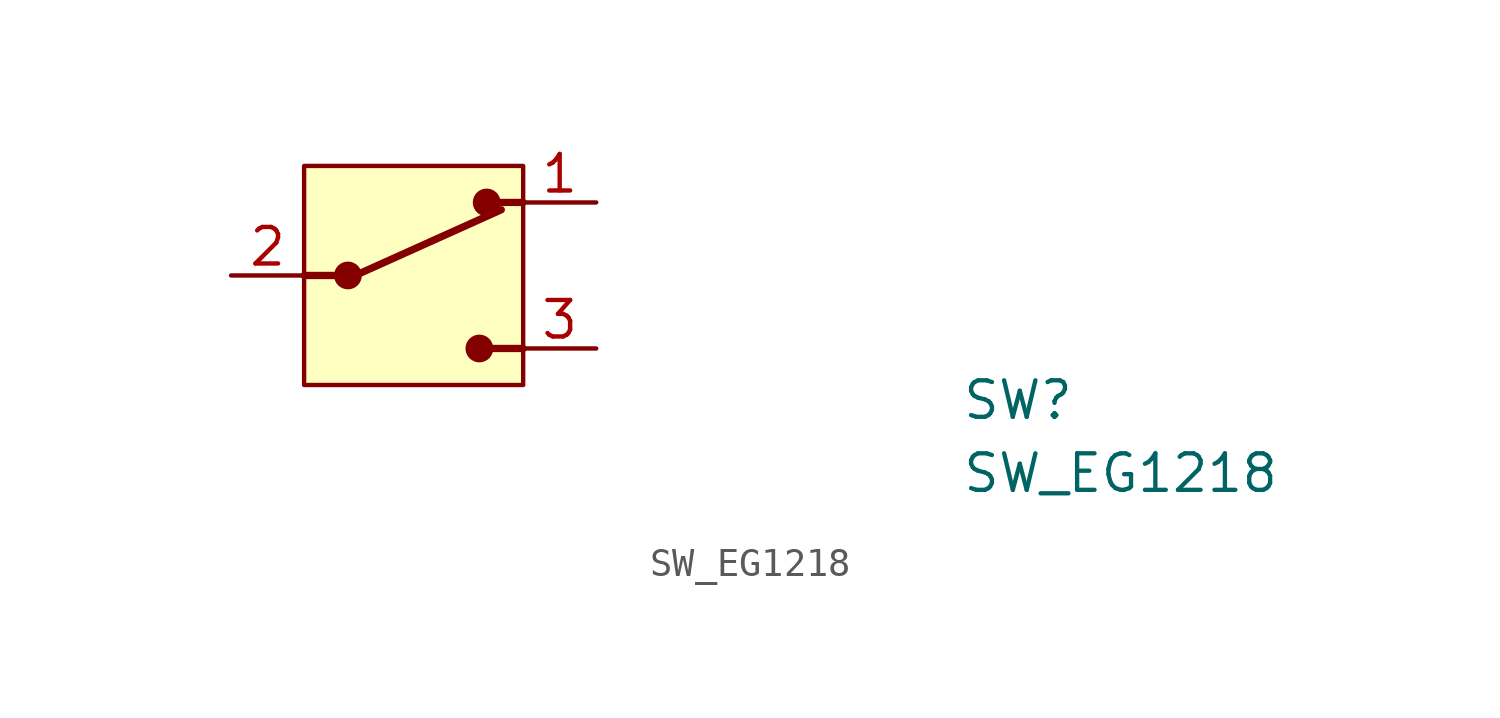
<source format=kicad_sym>
(kicad_symbol_lib
  (version 20211014)
  (generator kicad_symbol_editor)
  (symbol "SW_EG1218"
    (property "Reference" "SW"
      (at 25.4 -5.08 0)
      (effects (font (size 1.27 1.27) (thickness 0.15)) (justify left bottom)))
    (property "Value" "SW_EG1218"
      (at 25.4 -7.62 0)
      (effects (font (size 1.27 1.27) (thickness 0.15)) (justify left bottom)))
    (symbol "SW_EG1218_1_1"
      (polyline (pts (xy 3.81 0) (xy 2.54 0)) (stroke (width 0.254) (type default) (color 0 0 0 0)) (fill (type none)))
      (polyline (pts (xy 4.318 0) (xy 9.398 2.286)) (stroke (width 0.254) (type default) (color 0 0 0 0)) (fill (type background)))
      (polyline (pts (xy 10.16 -2.54) (xy 8.89 -2.54)) (stroke (width 0.254) (type default) (color 0 0 0 0)) (fill (type none)))
      (polyline (pts (xy 10.16 2.54) (xy 8.89 2.54)) (stroke (width 0.254) (type default) (color 0 0 0 0)) (fill (type none)))
      (rectangle (start 2.54 3.81) (end 10.16 -3.81) (stroke (width 0) (type default) (color 0 0 0 0)) (fill (type background)))
      (circle (center 4.064 0) (radius 0.356) (stroke (width 0.254) (type default) (color 0 0 0 0)) (fill (type outline)))
      (circle (center 8.636 -2.54) (radius 0.356) (stroke (width 0.254) (type default) (color 0 0 0 0)) (fill (type outline)))
      (circle (center 8.89 2.54) (radius 0.356) (stroke (width 0.254) (type default) (color 0 0 0 0)) (fill (type outline)))
      (pin passive line (at 12.7 2.54 180) (length 2.54) (name "~" (effects (font (size 1.27 1.27)))) (number "1" (effects (font (size 1.27 1.27)))))
      (pin passive line (at 0 0 0) (length 2.54) (name "~" (effects (font (size 1.27 1.27)))) (number "2" (effects (font (size 1.27 1.27)))))
      (pin passive line (at 12.7 -2.54 180) (length 2.54) (name "~" (effects (font (size 1.27 1.27)))) (number "3" (effects (font (size 1.27 1.27))))))))
</source>
